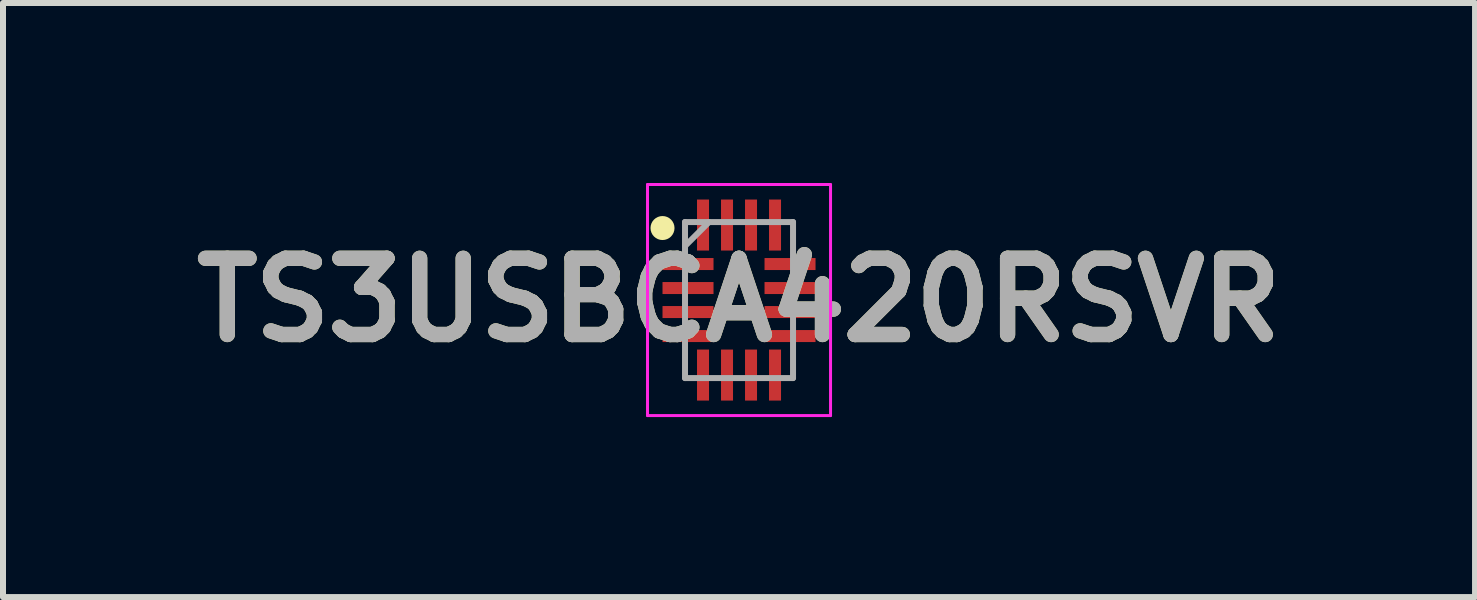
<source format=kicad_pcb>
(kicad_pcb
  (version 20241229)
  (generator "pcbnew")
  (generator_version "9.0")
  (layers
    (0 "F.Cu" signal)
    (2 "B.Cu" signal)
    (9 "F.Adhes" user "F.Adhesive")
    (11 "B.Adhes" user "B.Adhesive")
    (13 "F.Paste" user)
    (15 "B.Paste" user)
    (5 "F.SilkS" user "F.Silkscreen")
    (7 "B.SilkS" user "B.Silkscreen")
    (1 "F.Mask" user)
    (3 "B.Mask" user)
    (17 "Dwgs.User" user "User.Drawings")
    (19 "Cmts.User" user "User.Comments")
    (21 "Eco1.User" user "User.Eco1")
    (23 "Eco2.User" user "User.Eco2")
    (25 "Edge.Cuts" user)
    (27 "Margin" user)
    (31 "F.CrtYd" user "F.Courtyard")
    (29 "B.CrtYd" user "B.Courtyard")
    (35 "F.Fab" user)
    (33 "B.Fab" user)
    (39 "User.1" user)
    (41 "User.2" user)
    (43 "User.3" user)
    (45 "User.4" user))
  (footprint "TS3USBCA420RSVR"
    (layer "F.Cu")
    (at 9.265 1.95)
    (property "Reference" "TS3USBCA420RSVR" (at 0 0 0) (layer "F.SilkS") (effects (font (size 1.27 1.27) (thickness 0.254))))
    (attr smd)
    (fp_circle (center -1.275 -1.2) (end -1.275 -1.1) (stroke (width 0.2) (type solid)) (fill no) (layer "F.SilkS"))
    (fp_line (start -1.525 -1.925) (end 1.525 -1.925) (stroke (width 0.05) (type solid)) (layer "F.CrtYd"))
    (fp_line (start -1.525 1.925) (end -1.525 -1.925) (stroke (width 0.05) (type solid)) (layer "F.CrtYd"))
    (fp_line (start 1.525 -1.925) (end 1.525 1.925) (stroke (width 0.05) (type solid)) (layer "F.CrtYd"))
    (fp_line (start 1.525 1.925) (end -1.525 1.925) (stroke (width 0.05) (type solid)) (layer "F.CrtYd"))
    (fp_line (start -0.9 -1.3) (end 0.9 -1.3) (stroke (width 0.1) (type solid)) (layer "F.Fab"))
    (fp_line (start -0.9 -0.9) (end -0.5 -1.3) (stroke (width 0.1) (type solid)) (layer "F.Fab"))
    (fp_line (start -0.9 1.3) (end -0.9 -1.3) (stroke (width 0.1) (type solid)) (layer "F.Fab"))
    (fp_line (start 0.9 -1.3) (end 0.9 1.3) (stroke (width 0.1) (type solid)) (layer "F.Fab"))
    (fp_line (start 0.9 1.3) (end -0.9 1.3) (stroke (width 0.1) (type solid)) (layer "F.Fab"))
    (fp_text user "${REFERENCE}" (at 0 0 0) (layer "F.Fab") (effects (font (size 1.27 1.27) (thickness 0.254))))
    (pad "1" smd rect (at -0.85 -0.6 90) (size 0.2 0.85) (layers "F.Cu" "F.Mask" "F.Paste"))
    (pad "2" smd rect (at -0.85 -0.2 90) (size 0.2 0.85) (layers "F.Cu" "F.Mask" "F.Paste"))
    (pad "3" smd rect (at -0.85 0.2 90) (size 0.2 0.85) (layers "F.Cu" "F.Mask" "F.Paste"))
    (pad "4" smd rect (at -0.85 0.6 90) (size 0.2 0.85) (layers "F.Cu" "F.Mask" "F.Paste"))
    (pad "5" smd rect (at -0.6 1.25) (size 0.2 0.85) (layers "F.Cu" "F.Mask" "F.Paste"))
    (pad "6" smd rect (at -0.2 1.25) (size 0.2 0.85) (layers "F.Cu" "F.Mask" "F.Paste"))
    (pad "7" smd rect (at 0.2 1.25) (size 0.2 0.85) (layers "F.Cu" "F.Mask" "F.Paste"))
    (pad "8" smd rect (at 0.6 1.25) (size 0.2 0.85) (layers "F.Cu" "F.Mask" "F.Paste"))
    (pad "9" smd rect (at 0.85 0.6 90) (size 0.2 0.85) (layers "F.Cu" "F.Mask" "F.Paste"))
    (pad "10" smd rect (at 0.85 0.2 90) (size 0.2 0.85) (layers "F.Cu" "F.Mask" "F.Paste"))
    (pad "11" smd rect (at 0.85 -0.2 90) (size 0.2 0.85) (layers "F.Cu" "F.Mask" "F.Paste"))
    (pad "12" smd rect (at 0.85 -0.6 90) (size 0.2 0.85) (layers "F.Cu" "F.Mask" "F.Paste"))
    (pad "13" smd rect (at 0.6 -1.25) (size 0.2 0.85) (layers "F.Cu" "F.Mask" "F.Paste"))
    (pad "14" smd rect (at 0.2 -1.25) (size 0.2 0.85) (layers "F.Cu" "F.Mask" "F.Paste"))
    (pad "15" smd rect (at -0.2 -1.25) (size 0.2 0.85) (layers "F.Cu" "F.Mask" "F.Paste"))
    (pad "16" smd rect (at -0.6 -1.25) (size 0.2 0.85) (layers "F.Cu" "F.Mask" "F.Paste")))
  (gr_rect
    (start -3 -3)
    (end 21.53 6.9)
    (stroke (width 0.1) (type default))
    (fill no)
    (layer "Edge.Cuts")))
</source>
